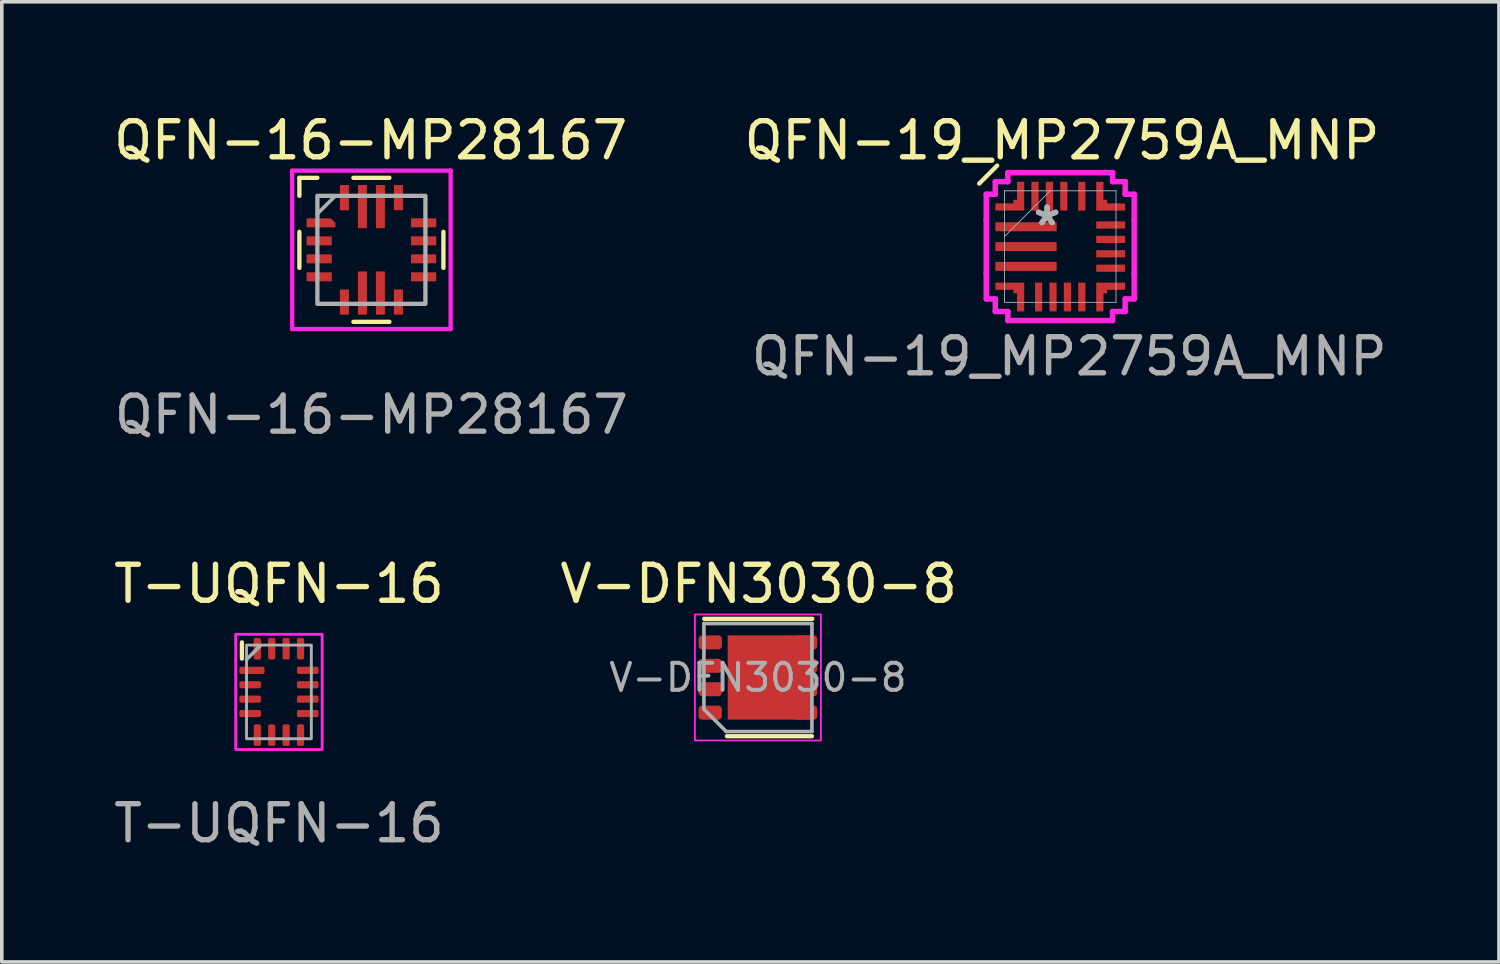
<source format=kicad_pcb>
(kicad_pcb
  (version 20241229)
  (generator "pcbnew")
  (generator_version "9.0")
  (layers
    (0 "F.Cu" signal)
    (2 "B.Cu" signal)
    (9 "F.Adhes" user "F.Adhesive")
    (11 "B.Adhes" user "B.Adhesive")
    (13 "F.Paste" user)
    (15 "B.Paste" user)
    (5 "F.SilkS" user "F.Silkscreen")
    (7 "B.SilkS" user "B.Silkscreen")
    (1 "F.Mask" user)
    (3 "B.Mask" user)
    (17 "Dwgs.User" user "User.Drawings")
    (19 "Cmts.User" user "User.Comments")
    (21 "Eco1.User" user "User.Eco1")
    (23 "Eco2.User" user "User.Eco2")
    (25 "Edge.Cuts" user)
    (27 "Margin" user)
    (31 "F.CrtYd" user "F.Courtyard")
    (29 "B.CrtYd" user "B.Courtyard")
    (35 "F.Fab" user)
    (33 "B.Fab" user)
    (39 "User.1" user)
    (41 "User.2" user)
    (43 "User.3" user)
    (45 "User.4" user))
  (footprint "QFN-16-MP28167"
    (layer "F.Cu")
    (at 7.264 3.888)
    (property "Reference" "QFN-16-MP28167" (at -0.02 -3.04 0) (unlocked yes) (layer "F.SilkS") (effects (font (size 1 1) (thickness 0.15))))
    (attr smd)
    (fp_line (start -2 -2) (end -2 -1.5) (stroke (width 0.12) (type default)) (layer "F.SilkS"))
    (fp_line (start -2 -0.5) (end -2 0.5) (stroke (width 0.12) (type default)) (layer "F.SilkS"))
    (fp_line (start -1.5 -2) (end -2 -2) (stroke (width 0.12) (type default)) (layer "F.SilkS"))
    (fp_line (start -0.5 -2) (end 0.5 -2) (stroke (width 0.12) (type default)) (layer "F.SilkS"))
    (fp_line (start -0.5 2) (end 0.5 2) (stroke (width 0.12) (type default)) (layer "F.SilkS"))
    (fp_line (start 2 -0.5) (end 2 0.5) (stroke (width 0.12) (type default)) (layer "F.SilkS"))
    (fp_line (start -2.2 -2.2) (end 2.2 -2.2) (stroke (width 0.12) (type default)) (layer "F.CrtYd"))
    (fp_line (start -2.2 2.2) (end -2.2 -2.2) (stroke (width 0.12) (type default)) (layer "F.CrtYd"))
    (fp_line (start 2.2 -2.2) (end 2.2 2.2) (stroke (width 0.12) (type default)) (layer "F.CrtYd"))
    (fp_line (start 2.2 2.2) (end -2.2 2.2) (stroke (width 0.12) (type default)) (layer "F.CrtYd"))
    (fp_line (start -1 -1.5) (end -1.5 -1) (stroke (width 0.1) (type default)) (layer "F.Fab"))
    (fp_rect (start -1.5 -1.5) (end 1.5 1.5) (stroke (width 0.12) (type default)) (fill no) (layer "F.Fab"))
    (fp_text user "${REFERENCE}" (at 0 4.58 0) (unlocked yes) (layer "F.Fab") (effects (font (size 1 1) (thickness 0.15))))
    (pad "1" smd roundrect (at -1.4 -0.75) (size 0.8 0.25) (layers "F.Cu" "F.Mask" "F.Paste") (roundrect_rratio 0) (chamfer_ratio 0.5) (chamfer top_right))
    (pad "2" smd rect (at -1.45 -0.25) (size 0.7 0.25) (layers "F.Cu" "F.Mask" "F.Paste"))
    (pad "3" smd rect (at -1.45 0.25) (size 0.7 0.25) (layers "F.Cu" "F.Mask" "F.Paste"))
    (pad "4" smd rect (at -1.45 0.75) (size 0.7 0.25) (layers "F.Cu" "F.Mask" "F.Paste"))
    (pad "5" smd rect (at -0.75 1.45) (size 0.25 0.7) (layers "F.Cu" "F.Mask" "F.Paste"))
    (pad "6" smd rect (at -0.25 1.2) (size 0.25 1.2) (layers "F.Cu" "F.Mask" "F.Paste"))
    (pad "7" smd rect (at 0.25 1.2) (size 0.25 1.2) (layers "F.Cu" "F.Mask" "F.Paste"))
    (pad "8" smd rect (at 0.75 1.45) (size 0.25 0.7) (layers "F.Cu" "F.Mask" "F.Paste"))
    (pad "9" smd rect (at 1.45 0.75) (size 0.7 0.25) (layers "F.Cu" "F.Mask" "F.Paste"))
    (pad "10" smd rect (at 1.45 0.25) (size 0.7 0.25) (layers "F.Cu" "F.Mask" "F.Paste"))
    (pad "11" smd rect (at 1.45 -0.25) (size 0.7 0.25) (layers "F.Cu" "F.Mask" "F.Paste"))
    (pad "12" smd rect (at 1.45 -0.75) (size 0.7 0.25) (layers "F.Cu" "F.Mask" "F.Paste"))
    (pad "13" smd rect (at 0.75 -1.45) (size 0.25 0.7) (layers "F.Cu" "F.Mask" "F.Paste"))
    (pad "14" smd rect (at 0.25 -1.2) (size 0.25 1.2) (layers "F.Cu" "F.Mask" "F.Paste"))
    (pad "15" smd rect (at -0.25 -1.2) (size 0.25 1.2) (layers "F.Cu" "F.Mask" "F.Paste"))
    (pad "16" smd rect (at -0.75 -1.45) (size 0.25 0.7) (layers "F.Cu" "F.Mask" "F.Paste")))
  (footprint "QFN-19_MP2759A_MNP"
    (layer "F.Cu")
    (at 26.393 3.798)
    (property "Reference" "QFN-19_MP2759A_MNP" (at 0.05 -2.95 0) (unlocked yes) (layer "F.SilkS") (effects (font (size 1 1) (thickness 0.15))))
    (attr smd)
    (fp_poly (pts (xy -1.8 -1) (xy -1.8 -1.2) (xy -1.3 -1.2) (xy -1.3 -1.3) (xy -1.2 -1.3) (xy -1.2 -1.8) (xy -1 -1.8) (xy -1 -1)) (stroke (width 0) (type solid)) (fill yes) (layer "F.Cu"))
    (fp_poly (pts (xy -1.8 1) (xy -1.8 1.2) (xy -1.3 1.2) (xy -1.3 1.3) (xy -1.2 1.3) (xy -1.2 1.8) (xy -1 1.8) (xy -1 1)) (stroke (width 0) (type solid)) (fill yes) (layer "F.Cu"))
    (fp_poly (pts (xy 1.8 -1) (xy 1.8 -1.2) (xy 1.3 -1.2) (xy 1.3 -1.3) (xy 1.2 -1.3) (xy 1.2 -1.8) (xy 1 -1.8) (xy 1 -1)) (stroke (width 0) (type solid)) (fill yes) (layer "F.Cu"))
    (fp_poly (pts (xy 1.8 1) (xy 1.8 1.2) (xy 1.3 1.2) (xy 1.3 1.3) (xy 1.2 1.3) (xy 1.2 1.8) (xy 1 1.8) (xy 1 1)) (stroke (width 0) (type solid)) (fill yes) (layer "F.Cu"))
    (fp_poly (pts (xy -1.8 -1) (xy -1.8 -1.2) (xy -1.3 -1.2) (xy -1.3 -1.3) (xy -1.2 -1.3) (xy -1.2 -1.8) (xy -1 -1.8) (xy -1 -1)) (stroke (width 0) (type solid)) (fill yes) (layer "F.Mask"))
    (fp_poly (pts (xy -1.8 1) (xy -1.8 1.2) (xy -1.3 1.2) (xy -1.3 1.3) (xy -1.2 1.3) (xy -1.2 1.8) (xy -1 1.8) (xy -1 1)) (stroke (width 0) (type solid)) (fill yes) (layer "F.Mask"))
    (fp_poly (pts (xy 1.8 -1) (xy 1.8 -1.2) (xy 1.3 -1.2) (xy 1.3 -1.3) (xy 1.2 -1.3) (xy 1.2 -1.8) (xy 1 -1.8) (xy 1 -1)) (stroke (width 0) (type solid)) (fill yes) (layer "F.Mask"))
    (fp_poly (pts (xy 1.8 1) (xy 1.8 1.2) (xy 1.3 1.2) (xy 1.3 1.3) (xy 1.2 1.3) (xy 1.2 1.8) (xy 1 1.8) (xy 1 1)) (stroke (width 0) (type solid)) (fill yes) (layer "F.Mask"))
    (fp_line (start -2.25 -1.75) (end -1.75 -2.25) (stroke (width 0.12) (type default)) (layer "F.SilkS"))
    (fp_poly (pts (xy -1.8 -1) (xy -1.8 -1.2) (xy -1.3 -1.2) (xy -1.3 -1.3) (xy -1.2 -1.3) (xy -1.2 -1.8) (xy -1 -1.8) (xy -1 -1)) (stroke (width 0) (type solid)) (fill yes) (layer "F.Paste"))
    (fp_poly (pts (xy -1.8 1) (xy -1.8 1.2) (xy -1.3 1.2) (xy -1.3 1.3) (xy -1.2 1.3) (xy -1.2 1.8) (xy -1 1.8) (xy -1 1)) (stroke (width 0) (type solid)) (fill yes) (layer "F.Paste"))
    (fp_poly (pts (xy 1.8 -1) (xy 1.8 -1.2) (xy 1.3 -1.2) (xy 1.3 -1.3) (xy 1.2 -1.3) (xy 1.2 -1.8) (xy 1 -1.8) (xy 1 -1)) (stroke (width 0) (type solid)) (fill yes) (layer "F.Paste"))
    (fp_poly (pts (xy 1.8 1) (xy 1.8 1.2) (xy 1.3 1.2) (xy 1.3 1.3) (xy 1.2 1.3) (xy 1.2 1.8) (xy 1 1.8) (xy 1 1)) (stroke (width 0) (type solid)) (fill yes) (layer "F.Paste"))
    (fp_line (start -2.054 -1.454) (end -2.054 -0.746) (stroke (width 0.152) (type solid)) (layer "F.CrtYd"))
    (fp_line (start -2.054 -0.746) (end -2.054 -0.746) (stroke (width 0.152) (type solid)) (layer "F.CrtYd"))
    (fp_line (start -2.054 -0.746) (end -2.054 0.746) (stroke (width 0.152) (type solid)) (layer "F.CrtYd"))
    (fp_line (start -2.054 0.746) (end -2.054 0.746) (stroke (width 0.152) (type solid)) (layer "F.CrtYd"))
    (fp_line (start -2.054 0.746) (end -2.054 1.454) (stroke (width 0.152) (type solid)) (layer "F.CrtYd"))
    (fp_line (start -2.054 1.454) (end -1.803 1.454) (stroke (width 0.152) (type solid)) (layer "F.CrtYd"))
    (fp_line (start -1.803 -1.803) (end -1.803 -1.454) (stroke (width 0.152) (type solid)) (layer "F.CrtYd"))
    (fp_line (start -1.803 -1.454) (end -2.054 -1.454) (stroke (width 0.152) (type solid)) (layer "F.CrtYd"))
    (fp_line (start -1.803 1.454) (end -1.803 1.803) (stroke (width 0.152) (type solid)) (layer "F.CrtYd"))
    (fp_line (start -1.803 1.803) (end -1.454 1.803) (stroke (width 0.152) (type solid)) (layer "F.CrtYd"))
    (fp_line (start -1.454 -2.054) (end -1.454 -1.803) (stroke (width 0.152) (type solid)) (layer "F.CrtYd"))
    (fp_line (start -1.454 2.054) (end 1.454 2.054) (stroke (width 0.152) (type solid)) (layer "F.CrtYd"))
    (fp_line (start -1.454 -1.803) (end -1.803 -1.803) (stroke (width 0.152) (type solid)) (layer "F.CrtYd"))
    (fp_line (start -1.454 1.803) (end -1.454 2.054) (stroke (width 0.152) (type solid)) (layer "F.CrtYd"))
    (fp_line (start 1.454 -2.054) (end -1.454 -2.054) (stroke (width 0.152) (type solid)) (layer "F.CrtYd"))
    (fp_line (start 1.454 -1.803) (end 1.454 -2.054) (stroke (width 0.152) (type solid)) (layer "F.CrtYd"))
    (fp_line (start 1.454 1.803) (end 1.803 1.803) (stroke (width 0.152) (type solid)) (layer "F.CrtYd"))
    (fp_line (start 1.454 2.054) (end 1.454 1.803) (stroke (width 0.152) (type solid)) (layer "F.CrtYd"))
    (fp_line (start 1.803 -1.803) (end 1.454 -1.803) (stroke (width 0.152) (type solid)) (layer "F.CrtYd"))
    (fp_line (start 1.803 -1.454) (end 1.803 -1.803) (stroke (width 0.152) (type solid)) (layer "F.CrtYd"))
    (fp_line (start 1.803 1.454) (end 2.054 1.454) (stroke (width 0.152) (type solid)) (layer "F.CrtYd"))
    (fp_line (start 1.803 1.803) (end 1.803 1.454) (stroke (width 0.152) (type solid)) (layer "F.CrtYd"))
    (fp_line (start 2.054 -1.454) (end 1.803 -1.454) (stroke (width 0.152) (type solid)) (layer "F.CrtYd"))
    (fp_line (start 2.054 -0.746) (end 2.054 -1.454) (stroke (width 0.152) (type solid)) (layer "F.CrtYd"))
    (fp_line (start 2.054 -0.746) (end 2.054 -0.746) (stroke (width 0.152) (type solid)) (layer "F.CrtYd"))
    (fp_line (start 2.054 0.746) (end 2.054 -0.746) (stroke (width 0.152) (type solid)) (layer "F.CrtYd"))
    (fp_line (start 2.054 0.746) (end 2.054 0.746) (stroke (width 0.152) (type solid)) (layer "F.CrtYd"))
    (fp_line (start 2.054 1.454) (end 2.054 0.746) (stroke (width 0.152) (type solid)) (layer "F.CrtYd"))
    (fp_line (start -1.549 -1.549) (end -1.549 1.549) (stroke (width 0.025) (type solid)) (layer "F.Fab"))
    (fp_line (start -1.549 -0.279) (end -0.279 -1.549) (stroke (width 0.025) (type solid)) (layer "F.Fab"))
    (fp_line (start -1.549 1.549) (end 1.549 1.549) (stroke (width 0.025) (type solid)) (layer "F.Fab"))
    (fp_line (start 1.549 -1.549) (end -1.549 -1.549) (stroke (width 0.025) (type solid)) (layer "F.Fab"))
    (fp_line (start 1.549 1.549) (end 1.549 -1.549) (stroke (width 0.025) (type solid)) (layer "F.Fab"))
    (fp_text user "*" (at -0.365 -0.55 0) (layer "F.Fab") (effects (font (size 1 1) (thickness 0.15))))
    (fp_text user "${REFERENCE}" (at 0.25 3.05 0) (unlocked yes) (layer "F.Fab") (effects (font (size 1 1) (thickness 0.15))))
    (fp_text user "*" (at -0.365 -0.55 0) (unlocked yes) (layer "F.Fab") (effects (font (size 1 1) (thickness 0.15))))
    (pad "1" smd rect (at -0.95 -0.55) (size 1.7 0.25) (layers "F.Cu" "F.Mask" "F.Paste"))
    (pad "2" smd rect (at -0.95 0) (size 1.7 0.25) (layers "F.Cu" "F.Mask" "F.Paste"))
    (pad "3" smd rect (at -0.95 0.55) (size 1.7 0.25) (layers "F.Cu" "F.Mask" "F.Paste"))
    (pad "4" smd rect (at -1.1 1.4 90) (size 0.127 0.127) (layers "F.Cu" "F.Mask" "F.Paste"))
    (pad "5" smd rect (at -0.6 1.4 90) (size 0.8 0.2) (layers "F.Cu" "F.Mask" "F.Paste"))
    (pad "6" smd rect (at -0.2 1.4 90) (size 0.8 0.2) (layers "F.Cu" "F.Mask" "F.Paste"))
    (pad "7" smd rect (at 0.2 1.4 90) (size 0.8 0.2) (layers "F.Cu" "F.Mask" "F.Paste"))
    (pad "8" smd rect (at 0.6 1.4 90) (size 0.8 0.2) (layers "F.Cu" "F.Mask" "F.Paste"))
    (pad "9" smd rect (at 1.1 1.4 90) (size 0.127 0.127) (layers "F.Cu" "F.Mask" "F.Paste"))
    (pad "10" smd rect (at 1.4 0.6) (size 0.8 0.2) (layers "F.Cu" "F.Mask" "F.Paste"))
    (pad "11" smd rect (at 1.4 0.2) (size 0.8 0.2) (layers "F.Cu" "F.Mask" "F.Paste"))
    (pad "12" smd rect (at 1.4 -0.2) (size 0.8 0.2) (layers "F.Cu" "F.Mask" "F.Paste"))
    (pad "13" smd rect (at 1.4 -0.6) (size 0.8 0.2) (layers "F.Cu" "F.Mask" "F.Paste"))
    (pad "14" smd rect (at 1.1 -1.4 90) (size 0.127 0.127) (layers "F.Cu" "F.Mask" "F.Paste"))
    (pad "15" smd rect (at 0.6 -1.4 90) (size 0.8 0.2) (layers "F.Cu" "F.Mask" "F.Paste"))
    (pad "16" smd rect (at 0.1 -1.4 90) (size 0.8 0.2) (layers "F.Cu" "F.Mask" "F.Paste"))
    (pad "17" smd rect (at -0.3 -1.4 90) (size 0.8 0.2) (layers "F.Cu" "F.Mask" "F.Paste"))
    (pad "18" smd rect (at -0.7 -1.4 90) (size 0.8 0.2) (layers "F.Cu" "F.Mask" "F.Paste"))
    (pad "19" smd rect (at -1.1 -1.4 90) (size 0.127 0.127) (layers "F.Cu" "F.Mask" "F.Paste")))
  (footprint "V-DFN3030-8"
    (layer "F.Cu")
    (at 17.998 15.765)
    (property "Reference" "V-DFN3030-8" (at 0.02 -2.6 0) (unlocked yes) (layer "F.SilkS") (effects (font (size 1 1) (thickness 0.15))))
    (attr smd)
    (fp_line (start -1.49 -1.63) (end 1.51 -1.63) (stroke (width 0.12) (type solid)) (layer "F.SilkS"))
    (fp_line (start -0.86 1.63) (end 1.5 1.63) (stroke (width 0.12) (type solid)) (layer "F.SilkS"))
    (fp_rect (start -1.75 -1.75) (end 1.75 1.75) (stroke (width 0.05) (type default)) (fill no) (layer "F.CrtYd"))
    (fp_line (start -1.5 -1.5) (end 1.5 -1.5) (stroke (width 0.1) (type solid)) (layer "F.Fab"))
    (fp_line (start -1.5 0.88) (end -1.5 -1.5) (stroke (width 0.1) (type solid)) (layer "F.Fab"))
    (fp_line (start -0.88 1.5) (end -1.5 0.88) (stroke (width 0.1) (type solid)) (layer "F.Fab"))
    (fp_line (start 1.5 -1.5) (end 1.5 1.5) (stroke (width 0.1) (type solid)) (layer "F.Fab"))
    (fp_line (start 1.5 1.5) (end -0.88 1.5) (stroke (width 0.1) (type solid)) (layer "F.Fab"))
    (fp_text user "${REFERENCE}" (at 0 0 0) (layer "F.Fab") (effects (font (size 0.75 0.75) (thickness 0.11))))
    (pad "" smd roundrect (at -0.35 -0.55) (size 0.6 0.8) (layers "F.Paste") (roundrect_rratio 0.25))
    (pad "" smd roundrect (at -0.35 0.55) (size 0.6 0.8) (layers "F.Paste") (roundrect_rratio 0.25))
    (pad "" smd roundrect (at 0.45 -0.55) (size 0.6 0.8) (layers "F.Paste") (roundrect_rratio 0.25))
    (pad "" smd roundrect (at 0.45 0.55) (size 0.6 0.8) (layers "F.Paste") (roundrect_rratio 0.25))
    (pad "1" smd roundrect (at -1.325 0.975) (size 0.65 0.39) (layers "F.Cu" "F.Mask" "F.Paste") (roundrect_rratio 0.25))
    (pad "2" smd roundrect (at -1.325 -0.975) (size 0.65 0.39) (layers "F.Cu" "F.Mask" "F.Paste") (roundrect_rratio 0.25))
    (pad "2" smd roundrect (at -1.325 -0.325) (size 0.65 0.39) (layers "F.Cu" "F.Mask" "F.Paste") (roundrect_rratio 0.25))
    (pad "2" smd roundrect (at -1.325 0.325) (size 0.65 0.39) (layers "F.Cu" "F.Mask" "F.Paste") (roundrect_rratio 0.25))
    (pad "3" smd rect (at 0.33 0) (size 2.34 2.34) (layers "F.Cu" "F.Mask"))
    (pad "3" smd roundrect (at 1.325 -0.975) (size 0.65 0.39) (layers "F.Cu" "F.Mask" "F.Paste") (roundrect_rratio 0.25))
    (pad "3" smd roundrect (at 1.325 -0.325) (size 0.65 0.39) (layers "F.Cu" "F.Mask" "F.Paste") (roundrect_rratio 0.25))
    (pad "3" smd roundrect (at 1.325 0.325) (size 0.65 0.39) (layers "F.Cu" "F.Mask" "F.Paste") (roundrect_rratio 0.25))
    (pad "3" smd roundrect (at 1.325 0.975) (size 0.65 0.39) (layers "F.Cu" "F.Mask" "F.Paste") (roundrect_rratio 0.25)))
  (footprint "T-UQFN-16"
    (layer "F.Cu")
    (at 4.696 16.165)
    (property "Reference" "T-UQFN-16" (at 0 -3 0) (unlocked yes) (layer "F.SilkS") (effects (font (size 1 1) (thickness 0.15))))
    (attr smd)
    (fp_line (start -1.028 -1.376) (end -1.028 -0.926) (stroke (width 0.12) (type solid)) (layer "F.SilkS"))
    (fp_rect (start -1.2 -1.6) (end 1.2 1.6) (stroke (width 0.08) (type default)) (fill no) (layer "F.CrtYd"))
    (fp_line (start -0.9 -0.9) (end -0.525 -1.275) (stroke (width 0.1) (type solid)) (layer "F.Fab"))
    (fp_rect (start -0.9 -1.3) (end 0.9 1.3) (stroke (width 0.08) (type default)) (fill no) (layer "F.Fab"))
    (fp_text user "${REFERENCE}" (at 0 3.65 0) (unlocked yes) (layer "F.Fab") (effects (font (size 1 1) (thickness 0.15))))
    (pad "1" smd roundrect (at -0.75 -0.6) (size 0.7 0.2) (layers "F.Cu" "F.Mask" "F.Paste") (roundrect_rratio 0.25))
    (pad "2" smd roundrect (at -0.8 -0.2) (size 0.6 0.2) (layers "F.Cu" "F.Mask" "F.Paste") (roundrect_rratio 0.25))
    (pad "3" smd roundrect (at -0.8 0.2) (size 0.6 0.2) (layers "F.Cu" "F.Mask" "F.Paste") (roundrect_rratio 0.25))
    (pad "4" smd roundrect (at -0.8 0.6) (size 0.6 0.2) (layers "F.Cu" "F.Mask" "F.Paste") (roundrect_rratio 0.25))
    (pad "5" smd roundrect (at -0.6 1.2 90) (size 0.6 0.2) (layers "F.Cu" "F.Mask" "F.Paste") (roundrect_rratio 0.25))
    (pad "6" smd roundrect (at -0.2 1.2 90) (size 0.6 0.2) (layers "F.Cu" "F.Mask" "F.Paste") (roundrect_rratio 0.25))
    (pad "7" smd roundrect (at 0.2 1.2 270) (size 0.6 0.2) (layers "F.Cu" "F.Mask" "F.Paste") (roundrect_rratio 0.25))
    (pad "8" smd roundrect (at 0.6 1.2 90) (size 0.6 0.2) (layers "F.Cu" "F.Mask" "F.Paste") (roundrect_rratio 0.25))
    (pad "9" smd roundrect (at 0.8 0.6) (size 0.6 0.2) (layers "F.Cu" "F.Mask" "F.Paste") (roundrect_rratio 0.25))
    (pad "10" smd roundrect (at 0.8 0.2) (size 0.6 0.2) (layers "F.Cu" "F.Mask" "F.Paste") (roundrect_rratio 0.25))
    (pad "11" smd roundrect (at 0.8 -0.2) (size 0.6 0.2) (layers "F.Cu" "F.Mask" "F.Paste") (roundrect_rratio 0.25))
    (pad "12" smd roundrect (at 0.8 -0.6 180) (size 0.6 0.2) (layers "F.Cu" "F.Mask" "F.Paste") (roundrect_rratio 0.25))
    (pad "13" smd roundrect (at 0.6 -1.2 90) (size 0.6 0.2) (layers "F.Cu" "F.Mask" "F.Paste") (roundrect_rratio 0.25))
    (pad "14" smd roundrect (at 0.2 -1.2 90) (size 0.6 0.2) (layers "F.Cu" "F.Mask" "F.Paste") (roundrect_rratio 0.25))
    (pad "15" smd roundrect (at -0.2 -1.2 90) (size 0.6 0.2) (layers "F.Cu" "F.Mask" "F.Paste") (roundrect_rratio 0.25))
    (pad "16" smd roundrect (at -0.6 -1.2 270) (size 0.6 0.2) (layers "F.Cu" "F.Mask" "F.Paste") (roundrect_rratio 0.25)))
  (gr_rect
    (start -3 -3)
    (end 38.577 23.663)
    (stroke (width 0.1) (type default))
    (fill no)
    (layer "Edge.Cuts")))
</source>
